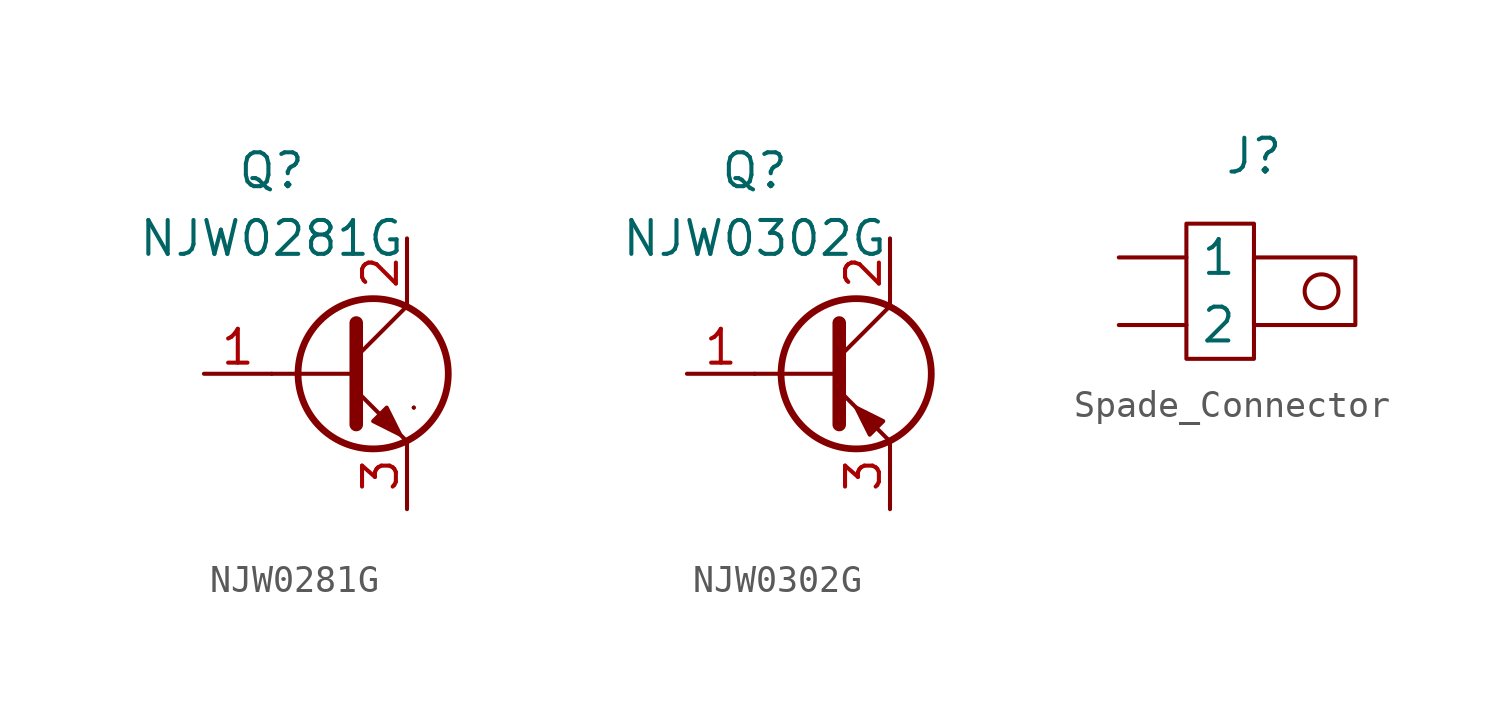
<source format=kicad_sym>
(kicad_symbol_lib
  (version 20241209)
  (generator "kicad_symbol_editor")
  (generator_version "9.0")
  (symbol "NJW0281G"
    (pin_names
      (offset 0)
      (hide yes))
    (property "Reference" "Q"
      (at -2.54 7.62 0)
      (effects (font (size 1.27 1.27))))
    (property "Value" "NJW0281G"
      (at -2.54 5.08 0)
      (effects (font (size 1.27 1.27))))
    (symbol "NJW0281G_0_1"
      (polyline (pts (xy -2.54 0) (xy 0.635 0)) (stroke (width 0.152) (type default)) (fill (type none)))
      (polyline (pts (xy 0.635 1.905) (xy 0.635 -1.905) (xy 0.635 -1.905)) (stroke (width 0.508) (type default)) (fill (type none)))
      (polyline (pts (xy 0.635 0.635) (xy 2.54 2.54)) (stroke (width 0) (type default)) (fill (type none)))
      (polyline (pts (xy 0.635 -0.635) (xy 2.54 -2.54) (xy 2.54 -2.54)) (stroke (width 0) (type default)) (fill (type none)))
      (circle (center 1.27 0) (radius 2.819) (stroke (width 0.254) (type default)) (fill (type none)))
      (polyline (pts (xy 1.27 -1.778) (xy 1.778 -1.27) (xy 2.286 -2.286) (xy 1.27 -1.778) (xy 1.27 -1.778)) (stroke (width 0) (type default)) (fill (type outline)))
      (polyline (pts (xy 2.794 -1.27) (xy 2.794 -1.27)) (stroke (width 0.152) (type default)) (fill (type none)))
      (polyline (pts (xy 2.794 -1.27) (xy 2.794 -1.27)) (stroke (width 0.152) (type default)) (fill (type none))))
    (symbol "NJW0281G_1_1"
      (pin open_collector line (at -5.08 0 0) (length 2.54) (name "C" (effects (font (size 1.27 1.27)))) (number "1" (effects (font (size 1.27 1.27)))))
      (pin input line (at 2.54 5.08 270) (length 2.54) (name "B" (effects (font (size 1.27 1.27)))) (number "2" (effects (font (size 1.27 1.27)))))
      (pin open_emitter line (at 2.54 -5.08 90) (length 2.54) (name "E" (effects (font (size 1.27 1.27)))) (number "3" (effects (font (size 1.27 1.27)))))))
  (symbol "NJW0302G"
    (pin_names
      (offset 0)
      (hide yes))
    (property "Reference" "Q"
      (at -2.54 7.62 0)
      (effects (font (size 1.27 1.27))))
    (property "Value" "NJW0302G"
      (at -2.54 5.08 0)
      (effects (font (size 1.27 1.27))))
    (symbol "NJW0302G_0_1"
      (polyline (pts (xy -2.54 0) (xy 0.635 0)) (stroke (width 0.152) (type default)) (fill (type none)))
      (polyline (pts (xy 0.635 1.905) (xy 0.635 -1.905) (xy 0.635 -1.905)) (stroke (width 0.508) (type default)) (fill (type none)))
      (polyline (pts (xy 0.635 0.635) (xy 2.54 2.54)) (stroke (width 0) (type default)) (fill (type none)))
      (polyline (pts (xy 0.635 -0.635) (xy 2.54 -2.54) (xy 2.54 -2.54)) (stroke (width 0) (type default)) (fill (type none)))
      (circle (center 1.27 0) (radius 2.819) (stroke (width 0.254) (type default)) (fill (type none)))
      (polyline (pts (xy 2.286 -1.778) (xy 1.778 -2.286) (xy 1.27 -1.27) (xy 2.286 -1.778) (xy 2.286 -1.778)) (stroke (width 0) (type default)) (fill (type outline))))
    (symbol "NJW0302G_1_1"
      (pin input line (at -5.08 0 0) (length 2.54) (name "B" (effects (font (size 1.27 1.27)))) (number "1" (effects (font (size 1.27 1.27)))))
      (pin open_collector line (at 2.54 5.08 270) (length 2.54) (name "C" (effects (font (size 1.27 1.27)))) (number "2" (effects (font (size 1.27 1.27)))))
      (pin open_emitter line (at 2.54 -5.08 90) (length 2.54) (name "E" (effects (font (size 1.27 1.27)))) (number "3" (effects (font (size 1.27 1.27)))))))
  (symbol "Spade_Connector"
    (pin_numbers
      (hide yes))
    (property "Reference" "J"
      (at 0 2.54 0)
      (effects (font (size 1.27 1.27))))
    (property "Value" ""
      (at -5.08 0 0)
      (effects (font (size 1.27 1.27))))
    (symbol "Spade_Connector_0_1"
      (rectangle (start -2.54 0) (end 0 -5.08) (stroke (width 0) (type default)) (fill (type none)))
      (rectangle (start 0 -1.27) (end 3.81 -3.81) (stroke (width 0) (type default)) (fill (type none)))
      (circle (center 2.54 -2.54) (radius 0.635) (stroke (width 0) (type default)) (fill (type none))))
    (symbol "Spade_Connector_1_1"
      (pin passive line (at -5.08 -1.27 0) (length 2.54) (name "1" (effects (font (size 1.27 1.27)))) (number "1" (effects (font (size 1.27 1.27)))))
      (pin passive line (at -5.08 -3.81 0) (length 2.54) (name "2" (effects (font (size 1.27 1.27)))) (number "2" (effects (font (size 1.27 1.27))))))))
</source>
